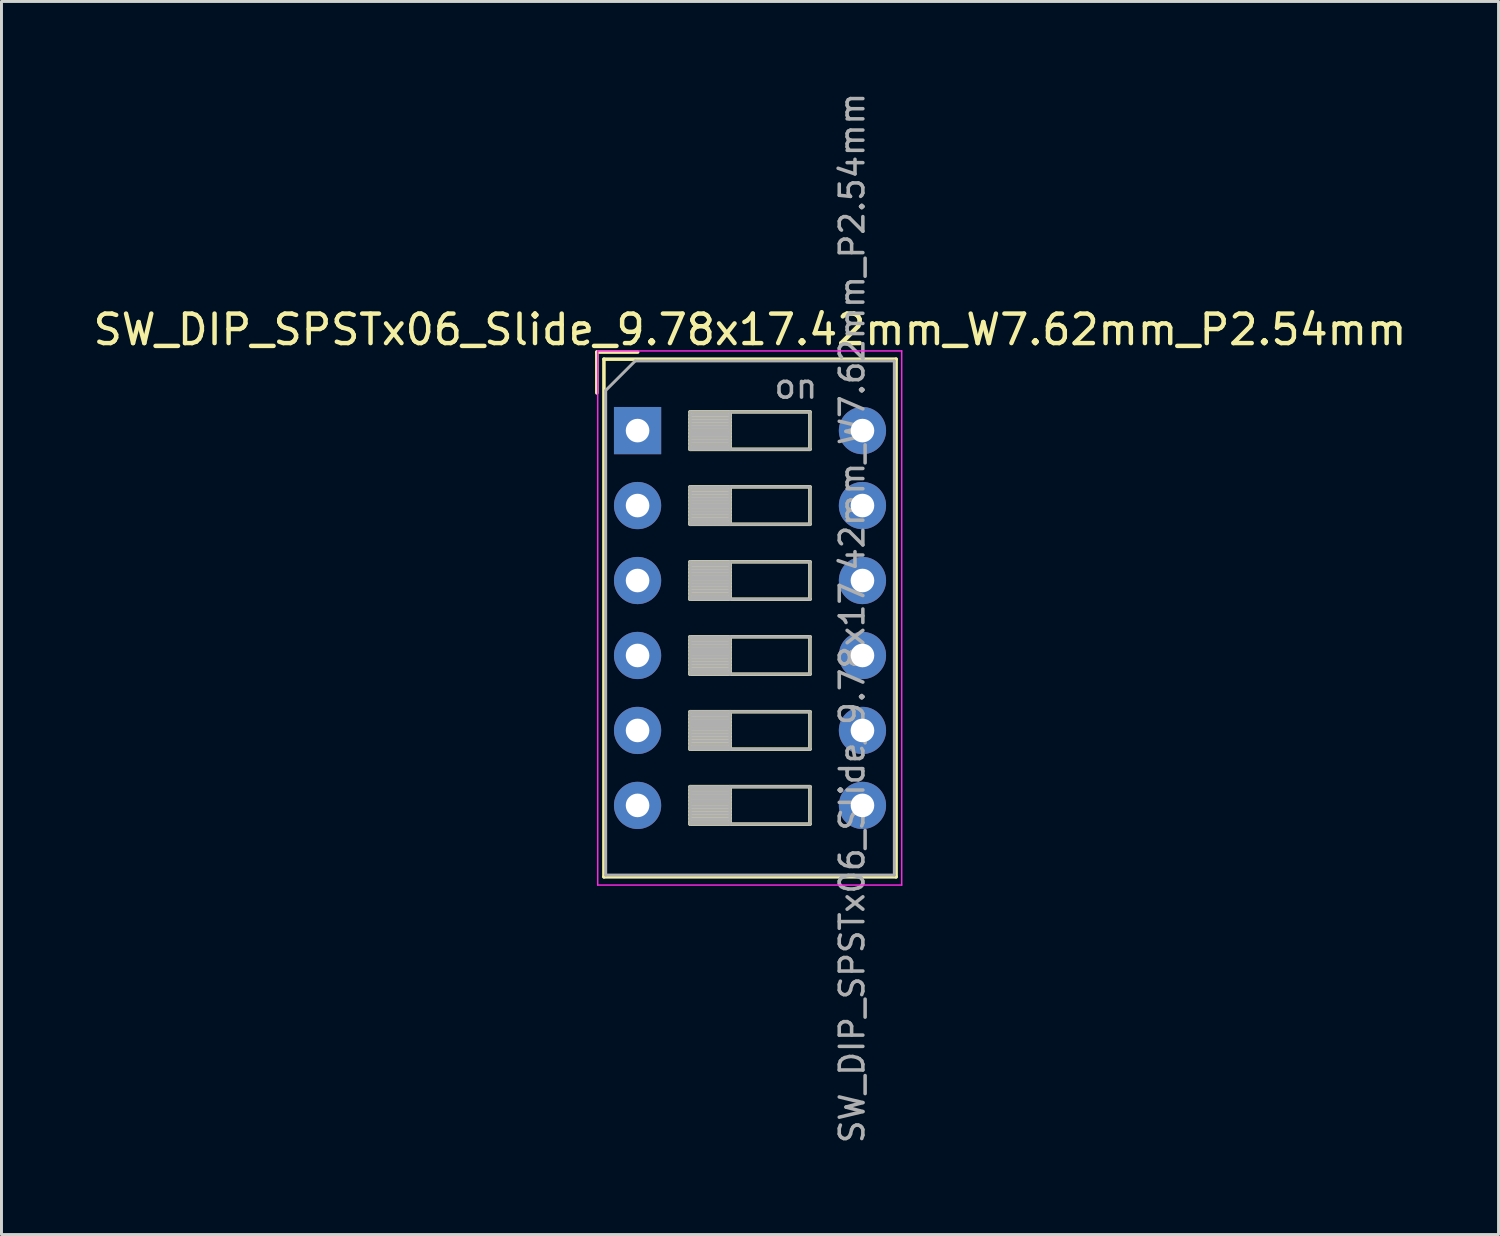
<source format=kicad_pcb>
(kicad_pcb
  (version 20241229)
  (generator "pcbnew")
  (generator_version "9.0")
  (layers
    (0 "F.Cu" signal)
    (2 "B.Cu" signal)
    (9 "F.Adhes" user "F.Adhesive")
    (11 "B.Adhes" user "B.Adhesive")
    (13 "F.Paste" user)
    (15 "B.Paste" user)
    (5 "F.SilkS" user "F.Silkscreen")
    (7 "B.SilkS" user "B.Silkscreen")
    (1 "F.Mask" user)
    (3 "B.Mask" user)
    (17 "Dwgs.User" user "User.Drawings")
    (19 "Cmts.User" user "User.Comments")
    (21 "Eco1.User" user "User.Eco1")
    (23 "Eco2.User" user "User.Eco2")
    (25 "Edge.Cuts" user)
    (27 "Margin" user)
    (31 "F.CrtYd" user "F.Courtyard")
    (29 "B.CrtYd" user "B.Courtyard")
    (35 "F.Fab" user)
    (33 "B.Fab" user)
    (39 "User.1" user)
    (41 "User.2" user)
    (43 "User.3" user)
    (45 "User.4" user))
  (footprint "SW_DIP_SPSTx06_Slide_9.78x17.42mm_W7.62mm_P2.54mm"
    (layer "F.Cu")
    (at 18.553 11.54)
    (property "Reference" "SW_DIP_SPSTx06_Slide_9.78x17.42mm_W7.62mm_P2.54mm" (at 3.81 -3.42 0) (layer "F.SilkS") (effects (font (size 1 1) (thickness 0.15))))
    (attr through_hole)
    (fp_line (start -1.38 -2.66) (end -1.38 -1.277) (stroke (width 0.12) (type solid)) (layer "F.SilkS"))
    (fp_line (start -1.38 -2.66) (end 0.004 -2.66) (stroke (width 0.12) (type solid)) (layer "F.SilkS"))
    (fp_line (start -1.14 -2.42) (end -1.14 15.12) (stroke (width 0.12) (type solid)) (layer "F.SilkS"))
    (fp_line (start -1.14 -2.42) (end 8.76 -2.42) (stroke (width 0.12) (type solid)) (layer "F.SilkS"))
    (fp_line (start -1.14 15.12) (end 8.76 15.12) (stroke (width 0.12) (type solid)) (layer "F.SilkS"))
    (fp_line (start 1.78 -0.635) (end 1.78 0.635) (stroke (width 0.12) (type solid)) (layer "F.SilkS"))
    (fp_line (start 1.78 -0.515) (end 3.133 -0.515) (stroke (width 0.12) (type solid)) (layer "F.SilkS"))
    (fp_line (start 1.78 -0.395) (end 3.133 -0.395) (stroke (width 0.12) (type solid)) (layer "F.SilkS"))
    (fp_line (start 1.78 -0.275) (end 3.133 -0.275) (stroke (width 0.12) (type solid)) (layer "F.SilkS"))
    (fp_line (start 1.78 -0.155) (end 3.133 -0.155) (stroke (width 0.12) (type solid)) (layer "F.SilkS"))
    (fp_line (start 1.78 -0.035) (end 3.133 -0.035) (stroke (width 0.12) (type solid)) (layer "F.SilkS"))
    (fp_line (start 1.78 0.085) (end 3.133 0.085) (stroke (width 0.12) (type solid)) (layer "F.SilkS"))
    (fp_line (start 1.78 0.205) (end 3.133 0.205) (stroke (width 0.12) (type solid)) (layer "F.SilkS"))
    (fp_line (start 1.78 0.325) (end 3.133 0.325) (stroke (width 0.12) (type solid)) (layer "F.SilkS"))
    (fp_line (start 1.78 0.445) (end 3.133 0.445) (stroke (width 0.12) (type solid)) (layer "F.SilkS"))
    (fp_line (start 1.78 0.565) (end 3.133 0.565) (stroke (width 0.12) (type solid)) (layer "F.SilkS"))
    (fp_line (start 1.78 0.635) (end 5.84 0.635) (stroke (width 0.12) (type solid)) (layer "F.SilkS"))
    (fp_line (start 1.78 1.905) (end 1.78 3.175) (stroke (width 0.12) (type solid)) (layer "F.SilkS"))
    (fp_line (start 1.78 2.025) (end 3.133 2.025) (stroke (width 0.12) (type solid)) (layer "F.SilkS"))
    (fp_line (start 1.78 2.145) (end 3.133 2.145) (stroke (width 0.12) (type solid)) (layer "F.SilkS"))
    (fp_line (start 1.78 2.265) (end 3.133 2.265) (stroke (width 0.12) (type solid)) (layer "F.SilkS"))
    (fp_line (start 1.78 2.385) (end 3.133 2.385) (stroke (width 0.12) (type solid)) (layer "F.SilkS"))
    (fp_line (start 1.78 2.505) (end 3.133 2.505) (stroke (width 0.12) (type solid)) (layer "F.SilkS"))
    (fp_line (start 1.78 2.625) (end 3.133 2.625) (stroke (width 0.12) (type solid)) (layer "F.SilkS"))
    (fp_line (start 1.78 2.745) (end 3.133 2.745) (stroke (width 0.12) (type solid)) (layer "F.SilkS"))
    (fp_line (start 1.78 2.865) (end 3.133 2.865) (stroke (width 0.12) (type solid)) (layer "F.SilkS"))
    (fp_line (start 1.78 2.985) (end 3.133 2.985) (stroke (width 0.12) (type solid)) (layer "F.SilkS"))
    (fp_line (start 1.78 3.105) (end 3.133 3.105) (stroke (width 0.12) (type solid)) (layer "F.SilkS"))
    (fp_line (start 1.78 3.175) (end 5.84 3.175) (stroke (width 0.12) (type solid)) (layer "F.SilkS"))
    (fp_line (start 1.78 4.445) (end 1.78 5.715) (stroke (width 0.12) (type solid)) (layer "F.SilkS"))
    (fp_line (start 1.78 4.565) (end 3.133 4.565) (stroke (width 0.12) (type solid)) (layer "F.SilkS"))
    (fp_line (start 1.78 4.685) (end 3.133 4.685) (stroke (width 0.12) (type solid)) (layer "F.SilkS"))
    (fp_line (start 1.78 4.805) (end 3.133 4.805) (stroke (width 0.12) (type solid)) (layer "F.SilkS"))
    (fp_line (start 1.78 4.925) (end 3.133 4.925) (stroke (width 0.12) (type solid)) (layer "F.SilkS"))
    (fp_line (start 1.78 5.045) (end 3.133 5.045) (stroke (width 0.12) (type solid)) (layer "F.SilkS"))
    (fp_line (start 1.78 5.165) (end 3.133 5.165) (stroke (width 0.12) (type solid)) (layer "F.SilkS"))
    (fp_line (start 1.78 5.285) (end 3.133 5.285) (stroke (width 0.12) (type solid)) (layer "F.SilkS"))
    (fp_line (start 1.78 5.405) (end 3.133 5.405) (stroke (width 0.12) (type solid)) (layer "F.SilkS"))
    (fp_line (start 1.78 5.525) (end 3.133 5.525) (stroke (width 0.12) (type solid)) (layer "F.SilkS"))
    (fp_line (start 1.78 5.645) (end 3.133 5.645) (stroke (width 0.12) (type solid)) (layer "F.SilkS"))
    (fp_line (start 1.78 5.715) (end 5.84 5.715) (stroke (width 0.12) (type solid)) (layer "F.SilkS"))
    (fp_line (start 1.78 6.985) (end 1.78 8.255) (stroke (width 0.12) (type solid)) (layer "F.SilkS"))
    (fp_line (start 1.78 7.105) (end 3.133 7.105) (stroke (width 0.12) (type solid)) (layer "F.SilkS"))
    (fp_line (start 1.78 7.225) (end 3.133 7.225) (stroke (width 0.12) (type solid)) (layer "F.SilkS"))
    (fp_line (start 1.78 7.345) (end 3.133 7.345) (stroke (width 0.12) (type solid)) (layer "F.SilkS"))
    (fp_line (start 1.78 7.465) (end 3.133 7.465) (stroke (width 0.12) (type solid)) (layer "F.SilkS"))
    (fp_line (start 1.78 7.585) (end 3.133 7.585) (stroke (width 0.12) (type solid)) (layer "F.SilkS"))
    (fp_line (start 1.78 7.705) (end 3.133 7.705) (stroke (width 0.12) (type solid)) (layer "F.SilkS"))
    (fp_line (start 1.78 7.825) (end 3.133 7.825) (stroke (width 0.12) (type solid)) (layer "F.SilkS"))
    (fp_line (start 1.78 7.945) (end 3.133 7.945) (stroke (width 0.12) (type solid)) (layer "F.SilkS"))
    (fp_line (start 1.78 8.065) (end 3.133 8.065) (stroke (width 0.12) (type solid)) (layer "F.SilkS"))
    (fp_line (start 1.78 8.185) (end 3.133 8.185) (stroke (width 0.12) (type solid)) (layer "F.SilkS"))
    (fp_line (start 1.78 8.255) (end 5.84 8.255) (stroke (width 0.12) (type solid)) (layer "F.SilkS"))
    (fp_line (start 1.78 9.525) (end 1.78 10.795) (stroke (width 0.12) (type solid)) (layer "F.SilkS"))
    (fp_line (start 1.78 9.645) (end 3.133 9.645) (stroke (width 0.12) (type solid)) (layer "F.SilkS"))
    (fp_line (start 1.78 9.765) (end 3.133 9.765) (stroke (width 0.12) (type solid)) (layer "F.SilkS"))
    (fp_line (start 1.78 9.885) (end 3.133 9.885) (stroke (width 0.12) (type solid)) (layer "F.SilkS"))
    (fp_line (start 1.78 10.005) (end 3.133 10.005) (stroke (width 0.12) (type solid)) (layer "F.SilkS"))
    (fp_line (start 1.78 10.125) (end 3.133 10.125) (stroke (width 0.12) (type solid)) (layer "F.SilkS"))
    (fp_line (start 1.78 10.245) (end 3.133 10.245) (stroke (width 0.12) (type solid)) (layer "F.SilkS"))
    (fp_line (start 1.78 10.365) (end 3.133 10.365) (stroke (width 0.12) (type solid)) (layer "F.SilkS"))
    (fp_line (start 1.78 10.485) (end 3.133 10.485) (stroke (width 0.12) (type solid)) (layer "F.SilkS"))
    (fp_line (start 1.78 10.605) (end 3.133 10.605) (stroke (width 0.12) (type solid)) (layer "F.SilkS"))
    (fp_line (start 1.78 10.725) (end 3.133 10.725) (stroke (width 0.12) (type solid)) (layer "F.SilkS"))
    (fp_line (start 1.78 10.795) (end 5.84 10.795) (stroke (width 0.12) (type solid)) (layer "F.SilkS"))
    (fp_line (start 1.78 12.065) (end 1.78 13.335) (stroke (width 0.12) (type solid)) (layer "F.SilkS"))
    (fp_line (start 1.78 12.185) (end 3.133 12.185) (stroke (width 0.12) (type solid)) (layer "F.SilkS"))
    (fp_line (start 1.78 12.305) (end 3.133 12.305) (stroke (width 0.12) (type solid)) (layer "F.SilkS"))
    (fp_line (start 1.78 12.425) (end 3.133 12.425) (stroke (width 0.12) (type solid)) (layer "F.SilkS"))
    (fp_line (start 1.78 12.545) (end 3.133 12.545) (stroke (width 0.12) (type solid)) (layer "F.SilkS"))
    (fp_line (start 1.78 12.665) (end 3.133 12.665) (stroke (width 0.12) (type solid)) (layer "F.SilkS"))
    (fp_line (start 1.78 12.785) (end 3.133 12.785) (stroke (width 0.12) (type solid)) (layer "F.SilkS"))
    (fp_line (start 1.78 12.905) (end 3.133 12.905) (stroke (width 0.12) (type solid)) (layer "F.SilkS"))
    (fp_line (start 1.78 13.025) (end 3.133 13.025) (stroke (width 0.12) (type solid)) (layer "F.SilkS"))
    (fp_line (start 1.78 13.145) (end 3.133 13.145) (stroke (width 0.12) (type solid)) (layer "F.SilkS"))
    (fp_line (start 1.78 13.265) (end 3.133 13.265) (stroke (width 0.12) (type solid)) (layer "F.SilkS"))
    (fp_line (start 1.78 13.335) (end 5.84 13.335) (stroke (width 0.12) (type solid)) (layer "F.SilkS"))
    (fp_line (start 3.133 -0.635) (end 3.133 0.635) (stroke (width 0.12) (type solid)) (layer "F.SilkS"))
    (fp_line (start 3.133 1.905) (end 3.133 3.175) (stroke (width 0.12) (type solid)) (layer "F.SilkS"))
    (fp_line (start 3.133 4.445) (end 3.133 5.715) (stroke (width 0.12) (type solid)) (layer "F.SilkS"))
    (fp_line (start 3.133 6.985) (end 3.133 8.255) (stroke (width 0.12) (type solid)) (layer "F.SilkS"))
    (fp_line (start 3.133 9.525) (end 3.133 10.795) (stroke (width 0.12) (type solid)) (layer "F.SilkS"))
    (fp_line (start 3.133 12.065) (end 3.133 13.335) (stroke (width 0.12) (type solid)) (layer "F.SilkS"))
    (fp_line (start 5.84 -0.635) (end 1.78 -0.635) (stroke (width 0.12) (type solid)) (layer "F.SilkS"))
    (fp_line (start 5.84 0.635) (end 5.84 -0.635) (stroke (width 0.12) (type solid)) (layer "F.SilkS"))
    (fp_line (start 5.84 1.905) (end 1.78 1.905) (stroke (width 0.12) (type solid)) (layer "F.SilkS"))
    (fp_line (start 5.84 3.175) (end 5.84 1.905) (stroke (width 0.12) (type solid)) (layer "F.SilkS"))
    (fp_line (start 5.84 4.445) (end 1.78 4.445) (stroke (width 0.12) (type solid)) (layer "F.SilkS"))
    (fp_line (start 5.84 5.715) (end 5.84 4.445) (stroke (width 0.12) (type solid)) (layer "F.SilkS"))
    (fp_line (start 5.84 6.985) (end 1.78 6.985) (stroke (width 0.12) (type solid)) (layer "F.SilkS"))
    (fp_line (start 5.84 8.255) (end 5.84 6.985) (stroke (width 0.12) (type solid)) (layer "F.SilkS"))
    (fp_line (start 5.84 9.525) (end 1.78 9.525) (stroke (width 0.12) (type solid)) (layer "F.SilkS"))
    (fp_line (start 5.84 10.795) (end 5.84 9.525) (stroke (width 0.12) (type solid)) (layer "F.SilkS"))
    (fp_line (start 5.84 12.065) (end 1.78 12.065) (stroke (width 0.12) (type solid)) (layer "F.SilkS"))
    (fp_line (start 5.84 13.335) (end 5.84 12.065) (stroke (width 0.12) (type solid)) (layer "F.SilkS"))
    (fp_line (start 8.76 -2.42) (end 8.76 15.12) (stroke (width 0.12) (type solid)) (layer "F.SilkS"))
    (fp_line (start -1.35 -2.7) (end -1.35 15.4) (stroke (width 0.05) (type solid)) (layer "F.CrtYd"))
    (fp_line (start -1.35 15.4) (end 8.95 15.4) (stroke (width 0.05) (type solid)) (layer "F.CrtYd"))
    (fp_line (start 8.95 -2.7) (end -1.35 -2.7) (stroke (width 0.05) (type solid)) (layer "F.CrtYd"))
    (fp_line (start 8.95 15.4) (end 8.95 -2.7) (stroke (width 0.05) (type solid)) (layer "F.CrtYd"))
    (fp_line (start -1.08 -1.36) (end -0.08 -2.36) (stroke (width 0.1) (type solid)) (layer "F.Fab"))
    (fp_line (start -1.08 15.06) (end -1.08 -1.36) (stroke (width 0.1) (type solid)) (layer "F.Fab"))
    (fp_line (start -0.08 -2.36) (end 8.7 -2.36) (stroke (width 0.1) (type solid)) (layer "F.Fab"))
    (fp_line (start 1.78 -0.635) (end 1.78 0.635) (stroke (width 0.1) (type solid)) (layer "F.Fab"))
    (fp_line (start 1.78 -0.535) (end 3.133 -0.535) (stroke (width 0.1) (type solid)) (layer "F.Fab"))
    (fp_line (start 1.78 -0.435) (end 3.133 -0.435) (stroke (width 0.1) (type solid)) (layer "F.Fab"))
    (fp_line (start 1.78 -0.335) (end 3.133 -0.335) (stroke (width 0.1) (type solid)) (layer "F.Fab"))
    (fp_line (start 1.78 -0.235) (end 3.133 -0.235) (stroke (width 0.1) (type solid)) (layer "F.Fab"))
    (fp_line (start 1.78 -0.135) (end 3.133 -0.135) (stroke (width 0.1) (type solid)) (layer "F.Fab"))
    (fp_line (start 1.78 -0.035) (end 3.133 -0.035) (stroke (width 0.1) (type solid)) (layer "F.Fab"))
    (fp_line (start 1.78 0.065) (end 3.133 0.065) (stroke (width 0.1) (type solid)) (layer "F.Fab"))
    (fp_line (start 1.78 0.165) (end 3.133 0.165) (stroke (width 0.1) (type solid)) (layer "F.Fab"))
    (fp_line (start 1.78 0.265) (end 3.133 0.265) (stroke (width 0.1) (type solid)) (layer "F.Fab"))
    (fp_line (start 1.78 0.365) (end 3.133 0.365) (stroke (width 0.1) (type solid)) (layer "F.Fab"))
    (fp_line (start 1.78 0.465) (end 3.133 0.465) (stroke (width 0.1) (type solid)) (layer "F.Fab"))
    (fp_line (start 1.78 0.565) (end 3.133 0.565) (stroke (width 0.1) (type solid)) (layer "F.Fab"))
    (fp_line (start 1.78 0.635) (end 5.84 0.635) (stroke (width 0.1) (type solid)) (layer "F.Fab"))
    (fp_line (start 1.78 1.905) (end 1.78 3.175) (stroke (width 0.1) (type solid)) (layer "F.Fab"))
    (fp_line (start 1.78 2.005) (end 3.133 2.005) (stroke (width 0.1) (type solid)) (layer "F.Fab"))
    (fp_line (start 1.78 2.105) (end 3.133 2.105) (stroke (width 0.1) (type solid)) (layer "F.Fab"))
    (fp_line (start 1.78 2.205) (end 3.133 2.205) (stroke (width 0.1) (type solid)) (layer "F.Fab"))
    (fp_line (start 1.78 2.305) (end 3.133 2.305) (stroke (width 0.1) (type solid)) (layer "F.Fab"))
    (fp_line (start 1.78 2.405) (end 3.133 2.405) (stroke (width 0.1) (type solid)) (layer "F.Fab"))
    (fp_line (start 1.78 2.505) (end 3.133 2.505) (stroke (width 0.1) (type solid)) (layer "F.Fab"))
    (fp_line (start 1.78 2.605) (end 3.133 2.605) (stroke (width 0.1) (type solid)) (layer "F.Fab"))
    (fp_line (start 1.78 2.705) (end 3.133 2.705) (stroke (width 0.1) (type solid)) (layer "F.Fab"))
    (fp_line (start 1.78 2.805) (end 3.133 2.805) (stroke (width 0.1) (type solid)) (layer "F.Fab"))
    (fp_line (start 1.78 2.905) (end 3.133 2.905) (stroke (width 0.1) (type solid)) (layer "F.Fab"))
    (fp_line (start 1.78 3.005) (end 3.133 3.005) (stroke (width 0.1) (type solid)) (layer "F.Fab"))
    (fp_line (start 1.78 3.105) (end 3.133 3.105) (stroke (width 0.1) (type solid)) (layer "F.Fab"))
    (fp_line (start 1.78 3.175) (end 5.84 3.175) (stroke (width 0.1) (type solid)) (layer "F.Fab"))
    (fp_line (start 1.78 4.445) (end 1.78 5.715) (stroke (width 0.1) (type solid)) (layer "F.Fab"))
    (fp_line (start 1.78 4.545) (end 3.133 4.545) (stroke (width 0.1) (type solid)) (layer "F.Fab"))
    (fp_line (start 1.78 4.645) (end 3.133 4.645) (stroke (width 0.1) (type solid)) (layer "F.Fab"))
    (fp_line (start 1.78 4.745) (end 3.133 4.745) (stroke (width 0.1) (type solid)) (layer "F.Fab"))
    (fp_line (start 1.78 4.845) (end 3.133 4.845) (stroke (width 0.1) (type solid)) (layer "F.Fab"))
    (fp_line (start 1.78 4.945) (end 3.133 4.945) (stroke (width 0.1) (type solid)) (layer "F.Fab"))
    (fp_line (start 1.78 5.045) (end 3.133 5.045) (stroke (width 0.1) (type solid)) (layer "F.Fab"))
    (fp_line (start 1.78 5.145) (end 3.133 5.145) (stroke (width 0.1) (type solid)) (layer "F.Fab"))
    (fp_line (start 1.78 5.245) (end 3.133 5.245) (stroke (width 0.1) (type solid)) (layer "F.Fab"))
    (fp_line (start 1.78 5.345) (end 3.133 5.345) (stroke (width 0.1) (type solid)) (layer "F.Fab"))
    (fp_line (start 1.78 5.445) (end 3.133 5.445) (stroke (width 0.1) (type solid)) (layer "F.Fab"))
    (fp_line (start 1.78 5.545) (end 3.133 5.545) (stroke (width 0.1) (type solid)) (layer "F.Fab"))
    (fp_line (start 1.78 5.645) (end 3.133 5.645) (stroke (width 0.1) (type solid)) (layer "F.Fab"))
    (fp_line (start 1.78 5.715) (end 5.84 5.715) (stroke (width 0.1) (type solid)) (layer "F.Fab"))
    (fp_line (start 1.78 6.985) (end 1.78 8.255) (stroke (width 0.1) (type solid)) (layer "F.Fab"))
    (fp_line (start 1.78 7.085) (end 3.133 7.085) (stroke (width 0.1) (type solid)) (layer "F.Fab"))
    (fp_line (start 1.78 7.185) (end 3.133 7.185) (stroke (width 0.1) (type solid)) (layer "F.Fab"))
    (fp_line (start 1.78 7.285) (end 3.133 7.285) (stroke (width 0.1) (type solid)) (layer "F.Fab"))
    (fp_line (start 1.78 7.385) (end 3.133 7.385) (stroke (width 0.1) (type solid)) (layer "F.Fab"))
    (fp_line (start 1.78 7.485) (end 3.133 7.485) (stroke (width 0.1) (type solid)) (layer "F.Fab"))
    (fp_line (start 1.78 7.585) (end 3.133 7.585) (stroke (width 0.1) (type solid)) (layer "F.Fab"))
    (fp_line (start 1.78 7.685) (end 3.133 7.685) (stroke (width 0.1) (type solid)) (layer "F.Fab"))
    (fp_line (start 1.78 7.785) (end 3.133 7.785) (stroke (width 0.1) (type solid)) (layer "F.Fab"))
    (fp_line (start 1.78 7.885) (end 3.133 7.885) (stroke (width 0.1) (type solid)) (layer "F.Fab"))
    (fp_line (start 1.78 7.985) (end 3.133 7.985) (stroke (width 0.1) (type solid)) (layer "F.Fab"))
    (fp_line (start 1.78 8.085) (end 3.133 8.085) (stroke (width 0.1) (type solid)) (layer "F.Fab"))
    (fp_line (start 1.78 8.185) (end 3.133 8.185) (stroke (width 0.1) (type solid)) (layer "F.Fab"))
    (fp_line (start 1.78 8.255) (end 5.84 8.255) (stroke (width 0.1) (type solid)) (layer "F.Fab"))
    (fp_line (start 1.78 9.525) (end 1.78 10.795) (stroke (width 0.1) (type solid)) (layer "F.Fab"))
    (fp_line (start 1.78 9.625) (end 3.133 9.625) (stroke (width 0.1) (type solid)) (layer "F.Fab"))
    (fp_line (start 1.78 9.725) (end 3.133 9.725) (stroke (width 0.1) (type solid)) (layer "F.Fab"))
    (fp_line (start 1.78 9.825) (end 3.133 9.825) (stroke (width 0.1) (type solid)) (layer "F.Fab"))
    (fp_line (start 1.78 9.925) (end 3.133 9.925) (stroke (width 0.1) (type solid)) (layer "F.Fab"))
    (fp_line (start 1.78 10.025) (end 3.133 10.025) (stroke (width 0.1) (type solid)) (layer "F.Fab"))
    (fp_line (start 1.78 10.125) (end 3.133 10.125) (stroke (width 0.1) (type solid)) (layer "F.Fab"))
    (fp_line (start 1.78 10.225) (end 3.133 10.225) (stroke (width 0.1) (type solid)) (layer "F.Fab"))
    (fp_line (start 1.78 10.325) (end 3.133 10.325) (stroke (width 0.1) (type solid)) (layer "F.Fab"))
    (fp_line (start 1.78 10.425) (end 3.133 10.425) (stroke (width 0.1) (type solid)) (layer "F.Fab"))
    (fp_line (start 1.78 10.525) (end 3.133 10.525) (stroke (width 0.1) (type solid)) (layer "F.Fab"))
    (fp_line (start 1.78 10.625) (end 3.133 10.625) (stroke (width 0.1) (type solid)) (layer "F.Fab"))
    (fp_line (start 1.78 10.725) (end 3.133 10.725) (stroke (width 0.1) (type solid)) (layer "F.Fab"))
    (fp_line (start 1.78 10.795) (end 5.84 10.795) (stroke (width 0.1) (type solid)) (layer "F.Fab"))
    (fp_line (start 1.78 12.065) (end 1.78 13.335) (stroke (width 0.1) (type solid)) (layer "F.Fab"))
    (fp_line (start 1.78 12.165) (end 3.133 12.165) (stroke (width 0.1) (type solid)) (layer "F.Fab"))
    (fp_line (start 1.78 12.265) (end 3.133 12.265) (stroke (width 0.1) (type solid)) (layer "F.Fab"))
    (fp_line (start 1.78 12.365) (end 3.133 12.365) (stroke (width 0.1) (type solid)) (layer "F.Fab"))
    (fp_line (start 1.78 12.465) (end 3.133 12.465) (stroke (width 0.1) (type solid)) (layer "F.Fab"))
    (fp_line (start 1.78 12.565) (end 3.133 12.565) (stroke (width 0.1) (type solid)) (layer "F.Fab"))
    (fp_line (start 1.78 12.665) (end 3.133 12.665) (stroke (width 0.1) (type solid)) (layer "F.Fab"))
    (fp_line (start 1.78 12.765) (end 3.133 12.765) (stroke (width 0.1) (type solid)) (layer "F.Fab"))
    (fp_line (start 1.78 12.865) (end 3.133 12.865) (stroke (width 0.1) (type solid)) (layer "F.Fab"))
    (fp_line (start 1.78 12.965) (end 3.133 12.965) (stroke (width 0.1) (type solid)) (layer "F.Fab"))
    (fp_line (start 1.78 13.065) (end 3.133 13.065) (stroke (width 0.1) (type solid)) (layer "F.Fab"))
    (fp_line (start 1.78 13.165) (end 3.133 13.165) (stroke (width 0.1) (type solid)) (layer "F.Fab"))
    (fp_line (start 1.78 13.265) (end 3.133 13.265) (stroke (width 0.1) (type solid)) (layer "F.Fab"))
    (fp_line (start 1.78 13.335) (end 5.84 13.335) (stroke (width 0.1) (type solid)) (layer "F.Fab"))
    (fp_line (start 3.133 -0.635) (end 3.133 0.635) (stroke (width 0.1) (type solid)) (layer "F.Fab"))
    (fp_line (start 3.133 1.905) (end 3.133 3.175) (stroke (width 0.1) (type solid)) (layer "F.Fab"))
    (fp_line (start 3.133 4.445) (end 3.133 5.715) (stroke (width 0.1) (type solid)) (layer "F.Fab"))
    (fp_line (start 3.133 6.985) (end 3.133 8.255) (stroke (width 0.1) (type solid)) (layer "F.Fab"))
    (fp_line (start 3.133 9.525) (end 3.133 10.795) (stroke (width 0.1) (type solid)) (layer "F.Fab"))
    (fp_line (start 3.133 12.065) (end 3.133 13.335) (stroke (width 0.1) (type solid)) (layer "F.Fab"))
    (fp_line (start 5.84 -0.635) (end 1.78 -0.635) (stroke (width 0.1) (type solid)) (layer "F.Fab"))
    (fp_line (start 5.84 0.635) (end 5.84 -0.635) (stroke (width 0.1) (type solid)) (layer "F.Fab"))
    (fp_line (start 5.84 1.905) (end 1.78 1.905) (stroke (width 0.1) (type solid)) (layer "F.Fab"))
    (fp_line (start 5.84 3.175) (end 5.84 1.905) (stroke (width 0.1) (type solid)) (layer "F.Fab"))
    (fp_line (start 5.84 4.445) (end 1.78 4.445) (stroke (width 0.1) (type solid)) (layer "F.Fab"))
    (fp_line (start 5.84 5.715) (end 5.84 4.445) (stroke (width 0.1) (type solid)) (layer "F.Fab"))
    (fp_line (start 5.84 6.985) (end 1.78 6.985) (stroke (width 0.1) (type solid)) (layer "F.Fab"))
    (fp_line (start 5.84 8.255) (end 5.84 6.985) (stroke (width 0.1) (type solid)) (layer "F.Fab"))
    (fp_line (start 5.84 9.525) (end 1.78 9.525) (stroke (width 0.1) (type solid)) (layer "F.Fab"))
    (fp_line (start 5.84 10.795) (end 5.84 9.525) (stroke (width 0.1) (type solid)) (layer "F.Fab"))
    (fp_line (start 5.84 12.065) (end 1.78 12.065) (stroke (width 0.1) (type solid)) (layer "F.Fab"))
    (fp_line (start 5.84 13.335) (end 5.84 12.065) (stroke (width 0.1) (type solid)) (layer "F.Fab"))
    (fp_line (start 8.7 -2.36) (end 8.7 15.06) (stroke (width 0.1) (type solid)) (layer "F.Fab"))
    (fp_line (start 8.7 15.06) (end -1.08 15.06) (stroke (width 0.1) (type solid)) (layer "F.Fab"))
    (fp_text user "on" (at 5.365 -1.498 0) (layer "F.Fab") (effects (font (size 0.8 0.8) (thickness 0.12))))
    (fp_text user "${REFERENCE}" (at 7.27 6.35 90) (layer "F.Fab") (effects (font (size 0.8 0.8) (thickness 0.12))))
    (pad "1" thru_hole rect (at 0 0) (size 1.6 1.6) (drill 0.8) (layers "*.Cu" "*.Mask"))
    (pad "2" thru_hole oval (at 0 2.54) (size 1.6 1.6) (drill 0.8) (layers "*.Cu" "*.Mask"))
    (pad "3" thru_hole oval (at 0 5.08) (size 1.6 1.6) (drill 0.8) (layers "*.Cu" "*.Mask"))
    (pad "4" thru_hole oval (at 0 7.62) (size 1.6 1.6) (drill 0.8) (layers "*.Cu" "*.Mask"))
    (pad "5" thru_hole oval (at 0 10.16) (size 1.6 1.6) (drill 0.8) (layers "*.Cu" "*.Mask"))
    (pad "6" thru_hole oval (at 0 12.7) (size 1.6 1.6) (drill 0.8) (layers "*.Cu" "*.Mask"))
    (pad "7" thru_hole oval (at 7.62 12.7) (size 1.6 1.6) (drill 0.8) (layers "*.Cu" "*.Mask"))
    (pad "8" thru_hole oval (at 7.62 10.16) (size 1.6 1.6) (drill 0.8) (layers "*.Cu" "*.Mask"))
    (pad "9" thru_hole oval (at 7.62 7.62) (size 1.6 1.6) (drill 0.8) (layers "*.Cu" "*.Mask"))
    (pad "10" thru_hole oval (at 7.62 5.08) (size 1.6 1.6) (drill 0.8) (layers "*.Cu" "*.Mask"))
    (pad "11" thru_hole oval (at 7.62 2.54) (size 1.6 1.6) (drill 0.8) (layers "*.Cu" "*.Mask"))
    (pad "12" thru_hole oval (at 7.62 0) (size 1.6 1.6) (drill 0.8) (layers "*.Cu" "*.Mask")))
  (gr_rect
    (start -3 -3)
    (end 47.726 38.781)
    (stroke (width 0.1) (type default))
    (fill no)
    (layer "Edge.Cuts")))
</source>
